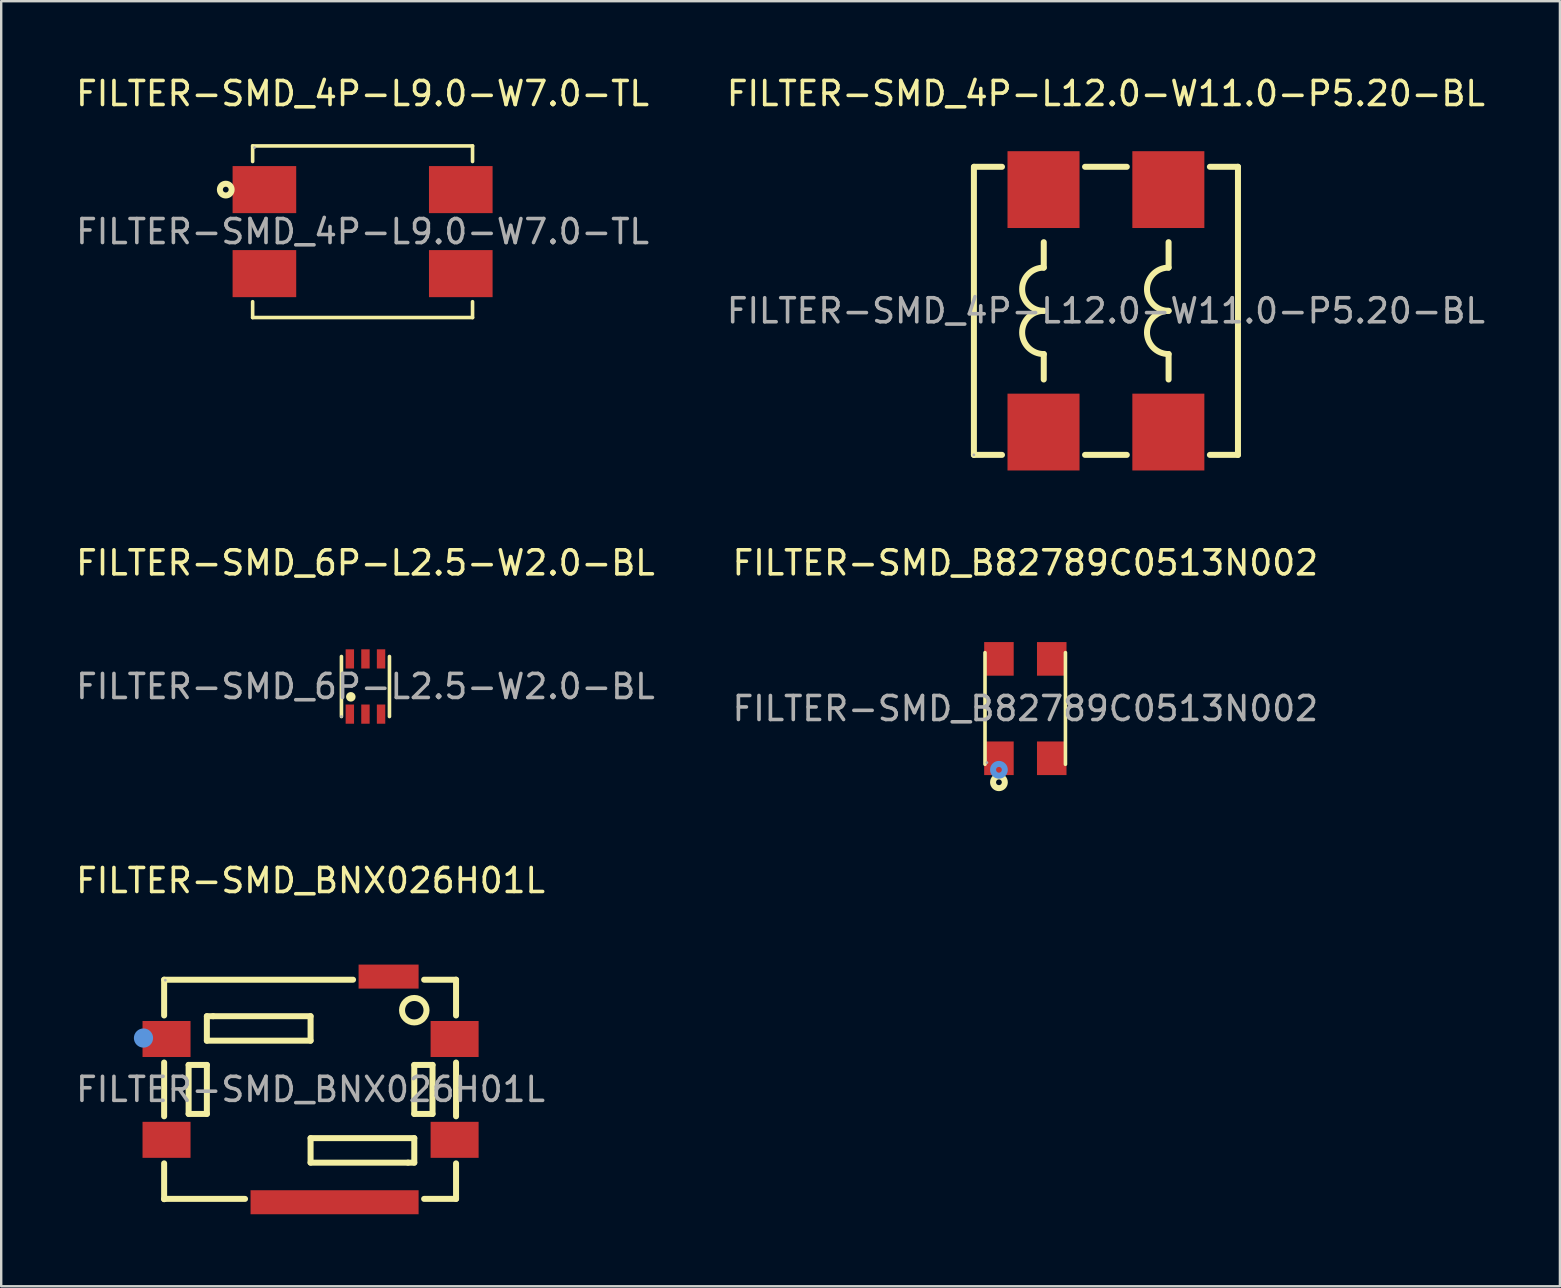
<source format=kicad_pcb>
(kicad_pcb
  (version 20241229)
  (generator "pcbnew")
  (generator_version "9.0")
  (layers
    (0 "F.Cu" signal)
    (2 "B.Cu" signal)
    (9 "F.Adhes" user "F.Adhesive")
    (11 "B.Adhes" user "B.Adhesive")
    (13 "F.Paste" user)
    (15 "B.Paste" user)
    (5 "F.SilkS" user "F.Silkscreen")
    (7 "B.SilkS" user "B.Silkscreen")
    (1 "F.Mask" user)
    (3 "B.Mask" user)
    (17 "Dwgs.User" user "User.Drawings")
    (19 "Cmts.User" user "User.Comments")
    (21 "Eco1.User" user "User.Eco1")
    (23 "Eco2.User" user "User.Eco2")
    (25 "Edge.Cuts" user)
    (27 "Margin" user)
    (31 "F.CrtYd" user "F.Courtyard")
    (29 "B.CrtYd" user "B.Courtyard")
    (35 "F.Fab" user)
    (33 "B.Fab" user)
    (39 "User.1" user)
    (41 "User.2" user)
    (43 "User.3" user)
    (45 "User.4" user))
  (footprint "FILTER-SMD_B82789C0513N002"
    (layer "F.Cu")
    (at 39.661 26.466)
    (property "Reference" "FILTER-SMD_B82789C0513N002" (at 0 -6.07 0) (layer "F.SilkS") (effects (font (size 1 1) (thickness 0.15))))
    (attr through_hole)
    (fp_line (start -1.68 2.32) (end -1.68 -2.33) (stroke (width 0.15) (type solid)) (layer "F.SilkS"))
    (fp_line (start 1.67 2.32) (end 1.67 -2.33) (stroke (width 0.15) (type solid)) (layer "F.SilkS"))
    (fp_circle (center -1.1 3.07) (end -0.98 3.07) (stroke (width 0.25) (type solid)) (fill no) (layer "F.SilkS"))
    (fp_circle (center -1.1 2.55) (end -0.98 2.55) (stroke (width 0.25) (type solid)) (fill no) (layer "Cmts.User"))
    (fp_circle (center -1.6 2.25) (end -1.57 2.25) (stroke (width 0.06) (type solid)) (fill no) (layer "F.Fab"))
    (fp_text user "${REFERENCE}" (at 0 0 0) (layer "F.Fab") (effects (font (size 1 1) (thickness 0.15))))
    (pad "1" smd rect (at -1.1 2.07 90) (size 1.4 1.23) (layers "F.Cu" "F.Mask" "F.Paste"))
    (pad "2" smd rect (at 1.1 2.07 90) (size 1.4 1.23) (layers "F.Cu" "F.Mask" "F.Paste"))
    (pad "3" smd rect (at 1.1 -2.07 90) (size 1.4 1.23) (layers "F.Cu" "F.Mask" "F.Paste"))
    (pad "4" smd rect (at -1.1 -2.07 90) (size 1.4 1.23) (layers "F.Cu" "F.Mask" "F.Paste")))
  (footprint "FILTER-SMD_4P-L12.0-W11.0-P5.20-BL"
    (layer "F.Cu")
    (at 43.018 9.898)
    (property "Reference" "FILTER-SMD_4P-L12.0-W11.0-P5.20-BL" (at 0 -9.05 0) (layer "F.SilkS") (effects (font (size 1 1) (thickness 0.15))))
    (attr through_hole)
    (fp_line (start -5.5 -6) (end -5.5 6) (stroke (width 0.25) (type solid)) (layer "F.SilkS"))
    (fp_line (start -5.5 6) (end -4.33 6) (stroke (width 0.25) (type solid)) (layer "F.SilkS"))
    (fp_line (start -4.33 -6) (end -5.49 -6) (stroke (width 0.25) (type solid)) (layer "F.SilkS"))
    (fp_line (start -2.59 -2.86) (end -2.59 -1.8) (stroke (width 0.25) (type solid)) (layer "F.SilkS"))
    (fp_line (start -2.59 1.8) (end -2.59 2.86) (stroke (width 0.25) (type solid)) (layer "F.SilkS"))
    (fp_line (start -0.87 6) (end 0.87 6) (stroke (width 0.25) (type solid)) (layer "F.SilkS"))
    (fp_line (start 0.87 -6) (end -0.87 -6) (stroke (width 0.25) (type solid)) (layer "F.SilkS"))
    (fp_line (start 2.61 -2.86) (end 2.61 -1.8) (stroke (width 0.25) (type solid)) (layer "F.SilkS"))
    (fp_line (start 2.61 1.8) (end 2.61 2.86) (stroke (width 0.25) (type solid)) (layer "F.SilkS"))
    (fp_line (start 4.33 6) (end 5.5 6) (stroke (width 0.25) (type solid)) (layer "F.SilkS"))
    (fp_line (start 5.5 -6) (end 4.33 -6) (stroke (width 0.25) (type solid)) (layer "F.SilkS"))
    (fp_line (start 5.5 6) (end 5.5 -6) (stroke (width 0.25) (type solid)) (layer "F.SilkS"))
    (fp_arc (start -2.59 0) (mid -3.49 -0.9) (end -2.59 -1.8) (stroke (width 0.25) (type solid)) (layer "F.SilkS"))
    (fp_arc (start -2.59 1.8) (mid -3.49 0.9) (end -2.59 0) (stroke (width 0.25) (type solid)) (layer "F.SilkS"))
    (fp_arc (start 2.61 0) (mid 1.71 -0.9) (end 2.61 -1.8) (stroke (width 0.25) (type solid)) (layer "F.SilkS"))
    (fp_arc (start 2.61 1.8) (mid 1.71 0.9) (end 2.61 0) (stroke (width 0.25) (type solid)) (layer "F.SilkS"))
    (fp_circle (center -5.5 6) (end -5.47 6) (stroke (width 0.06) (type solid)) (fill no) (layer "F.Fab"))
    (fp_text user "${REFERENCE}" (at 0 0 0) (layer "F.Fab") (effects (font (size 1 1) (thickness 0.15))))
    (pad "1" smd rect (at -2.6 5.05 180) (size 3 3.2) (layers "F.Cu" "F.Mask" "F.Paste"))
    (pad "2" smd rect (at 2.6 5.05 180) (size 3 3.2) (layers "F.Cu" "F.Mask" "F.Paste"))
    (pad "3" smd rect (at 2.6 -5.05 180) (size 3 3.2) (layers "F.Cu" "F.Mask" "F.Paste"))
    (pad "4" smd rect (at -2.6 -5.05 180) (size 3 3.2) (layers "F.Cu" "F.Mask" "F.Paste")))
  (footprint "FILTER-SMD_BNX026H01L"
    (layer "F.Cu")
    (at 9.887 42.33)
    (property "Reference" "FILTER-SMD_BNX026H01L" (at 0 -8.7 0) (layer "F.SilkS") (effects (font (size 1 1) (thickness 0.15))))
    (attr through_hole)
    (fp_line (start -6.1 -4.57) (end 1.77 -4.57) (stroke (width 0.25) (type solid)) (layer "F.SilkS"))
    (fp_line (start -6.1 -3.08) (end -6.1 -4.57) (stroke (width 0.25) (type solid)) (layer "F.SilkS"))
    (fp_line (start -6.1 1.12) (end -6.1 -1.12) (stroke (width 0.25) (type solid)) (layer "F.SilkS"))
    (fp_line (start -6.1 4.57) (end -6.1 3.08) (stroke (width 0.25) (type solid)) (layer "F.SilkS"))
    (fp_line (start -6.08 4.56) (end -6.1 4.57) (stroke (width 0.25) (type solid)) (layer "F.SilkS"))
    (fp_line (start -5.08 -1.02) (end -4.32 -1.02) (stroke (width 0.25) (type solid)) (layer "F.SilkS"))
    (fp_line (start -5.08 1.02) (end -5.08 -1.02) (stroke (width 0.25) (type solid)) (layer "F.SilkS"))
    (fp_line (start -4.32 -3.05) (end -4.06 -3.05) (stroke (width 0.25) (type solid)) (layer "F.SilkS"))
    (fp_line (start -4.32 -2.03) (end -4.32 -3.05) (stroke (width 0.25) (type solid)) (layer "F.SilkS"))
    (fp_line (start -4.32 -1.02) (end -4.32 1.02) (stroke (width 0.25) (type solid)) (layer "F.SilkS"))
    (fp_line (start -4.32 1.02) (end -5.08 1.02) (stroke (width 0.25) (type solid)) (layer "F.SilkS"))
    (fp_line (start -4.06 -3.05) (end 0 -3.05) (stroke (width 0.25) (type solid)) (layer "F.SilkS"))
    (fp_line (start -2.73 4.56) (end -6.08 4.56) (stroke (width 0.25) (type solid)) (layer "F.SilkS"))
    (fp_line (start 0 -3.05) (end 0 -2.03) (stroke (width 0.25) (type solid)) (layer "F.SilkS"))
    (fp_line (start 0 -2.03) (end -4.32 -2.03) (stroke (width 0.25) (type solid)) (layer "F.SilkS"))
    (fp_line (start 0 2.03) (end 4.32 2.03) (stroke (width 0.25) (type solid)) (layer "F.SilkS"))
    (fp_line (start 0 3.05) (end 0 2.03) (stroke (width 0.25) (type solid)) (layer "F.SilkS"))
    (fp_line (start 4.06 3.05) (end 0 3.05) (stroke (width 0.25) (type solid)) (layer "F.SilkS"))
    (fp_line (start 4.32 -1.02) (end 5.08 -1.02) (stroke (width 0.25) (type solid)) (layer "F.SilkS"))
    (fp_line (start 4.32 1.02) (end 4.32 -1.02) (stroke (width 0.25) (type solid)) (layer "F.SilkS"))
    (fp_line (start 4.32 2.03) (end 4.32 3.05) (stroke (width 0.25) (type solid)) (layer "F.SilkS"))
    (fp_line (start 4.32 3.05) (end 4.06 3.05) (stroke (width 0.25) (type solid)) (layer "F.SilkS"))
    (fp_line (start 4.73 -4.57) (end 6.06 -4.57) (stroke (width 0.25) (type solid)) (layer "F.SilkS"))
    (fp_line (start 5.08 -1.02) (end 5.08 1.02) (stroke (width 0.25) (type solid)) (layer "F.SilkS"))
    (fp_line (start 5.08 1.02) (end 4.32 1.02) (stroke (width 0.25) (type solid)) (layer "F.SilkS"))
    (fp_line (start 6.06 -4.57) (end 6.06 -3.08) (stroke (width 0.25) (type solid)) (layer "F.SilkS"))
    (fp_line (start 6.06 -1.12) (end 6.06 1.12) (stroke (width 0.25) (type solid)) (layer "F.SilkS"))
    (fp_line (start 6.06 3.08) (end 6.06 4.56) (stroke (width 0.25) (type solid)) (layer "F.SilkS"))
    (fp_line (start 6.06 4.56) (end 4.73 4.56) (stroke (width 0.25) (type solid)) (layer "F.SilkS"))
    (fp_circle (center 4.32 -3.3) (end 4.83 -3.3) (stroke (width 0.25) (type solid)) (fill no) (layer "F.SilkS"))
    (fp_circle (center -6.96 -2.14) (end -6.76 -2.14) (stroke (width 0.4) (type solid)) (fill no) (layer "Cmts.User"))
    (fp_circle (center -6.05 -4.55) (end -6.02 -4.55) (stroke (width 0.06) (type solid)) (fill no) (layer "F.Fab"))
    (fp_text user "${REFERENCE}" (at 0 0 0) (layer "F.Fab") (effects (font (size 1 1) (thickness 0.15))))
    (pad "1" smd rect (at -6 -2.1) (size 2 1.5) (layers "F.Cu" "F.Mask" "F.Paste"))
    (pad "2" smd rect (at 6 -2.1) (size 2 1.5) (layers "F.Cu" "F.Mask" "F.Paste"))
    (pad "3" smd rect (at -6 2.1) (size 2 1.5) (layers "F.Cu" "F.Mask" "F.Paste"))
    (pad "4" smd rect (at 1 4.7 90) (size 1 7) (layers "F.Cu" "F.Mask" "F.Paste"))
    (pad "4" smd rect (at 3.25 -4.7 90) (size 1 2.5) (layers "F.Cu" "F.Mask" "F.Paste"))
    (pad "4" smd rect (at 6 2.1) (size 2 1.5) (layers "F.Cu" "F.Mask" "F.Paste")))
  (footprint "FILTER-SMD_4P-L9.0-W7.0-TL"
    (layer "F.Cu")
    (at 12.054 6.598)
    (property "Reference" "FILTER-SMD_4P-L9.0-W7.0-TL" (at 0 -5.75 0) (layer "F.SilkS") (effects (font (size 1 1) (thickness 0.15))))
    (attr through_hole)
    (fp_line (start -4.58 -3.57) (end 4.58 -3.57) (stroke (width 0.15) (type solid)) (layer "F.SilkS"))
    (fp_line (start -4.58 -2.92) (end -4.58 -3.57) (stroke (width 0.15) (type solid)) (layer "F.SilkS"))
    (fp_line (start -4.58 2.92) (end -4.58 3.58) (stroke (width 0.15) (type solid)) (layer "F.SilkS"))
    (fp_line (start -4.58 3.58) (end 4.58 3.58) (stroke (width 0.15) (type solid)) (layer "F.SilkS"))
    (fp_line (start 4.58 -3.57) (end 4.58 -2.92) (stroke (width 0.15) (type solid)) (layer "F.SilkS"))
    (fp_line (start 4.58 3.58) (end 4.58 2.92) (stroke (width 0.15) (type solid)) (layer "F.SilkS"))
    (fp_circle (center -5.7 -1.75) (end -5.58 -1.75) (stroke (width 0.25) (type solid)) (fill no) (layer "F.SilkS"))
    (fp_circle (center -4.5 -3.5) (end -4.47 -3.5) (stroke (width 0.06) (type solid)) (fill no) (layer "F.Fab"))
    (fp_text user "${REFERENCE}" (at 0 0 0) (layer "F.Fab") (effects (font (size 1 1) (thickness 0.15))))
    (pad "1" smd rect (at -4.09 -1.75 270) (size 1.96 2.65) (layers "F.Cu" "F.Mask" "F.Paste"))
    (pad "2" smd rect (at -4.09 1.75 270) (size 1.96 2.65) (layers "F.Cu" "F.Mask" "F.Paste"))
    (pad "3" smd rect (at 4.09 1.75 270) (size 1.96 2.65) (layers "F.Cu" "F.Mask" "F.Paste"))
    (pad "4" smd rect (at 4.09 -1.75 270) (size 1.96 2.65) (layers "F.Cu" "F.Mask" "F.Paste")))
  (footprint "FILTER-SMD_6P-L2.5-W2.0-BL"
    (layer "F.Cu")
    (at 12.173 25.547)
    (property "Reference" "FILTER-SMD_6P-L2.5-W2.0-BL" (at 0 -5.15 0) (layer "F.SilkS") (effects (font (size 1 1) (thickness 0.15))))
    (attr through_hole)
    (fp_line (start -1 1.25) (end -1 -1.25) (stroke (width 0.15) (type solid)) (layer "F.SilkS"))
    (fp_line (start 1 -1.25) (end 1 1.25) (stroke (width 0.15) (type solid)) (layer "F.SilkS"))
    (fp_circle (center -0.61 0.43) (end -0.51 0.43) (stroke (width 0.2) (type solid)) (fill no) (layer "F.SilkS"))
    (fp_circle (center -1 1.25) (end -0.97 1.25) (stroke (width 0.06) (type solid)) (fill no) (layer "F.Fab"))
    (fp_text user "${REFERENCE}" (at 0 0 0) (layer "F.Fab") (effects (font (size 1 1) (thickness 0.15))))
    (pad "1" smd rect (at -0.65 1.15 180) (size 0.35 0.8) (layers "F.Cu" "F.Mask" "F.Paste"))
    (pad "2" smd rect (at 0 1.15 180) (size 0.35 0.8) (layers "F.Cu" "F.Mask" "F.Paste"))
    (pad "3" smd rect (at 0.65 1.15 180) (size 0.35 0.8) (layers "F.Cu" "F.Mask" "F.Paste"))
    (pad "4" smd rect (at 0.65 -1.15) (size 0.35 0.8) (layers "F.Cu" "F.Mask" "F.Paste"))
    (pad "5" smd rect (at 0 -1.15) (size 0.35 0.8) (layers "F.Cu" "F.Mask" "F.Paste"))
    (pad "6" smd rect (at -0.65 -1.15) (size 0.35 0.8) (layers "F.Cu" "F.Mask" "F.Paste")))
  (gr_rect
    (start -3 -3)
    (end 61.929 50.53)
    (stroke (width 0.1) (type default))
    (fill no)
    (layer "Edge.Cuts")))
</source>
